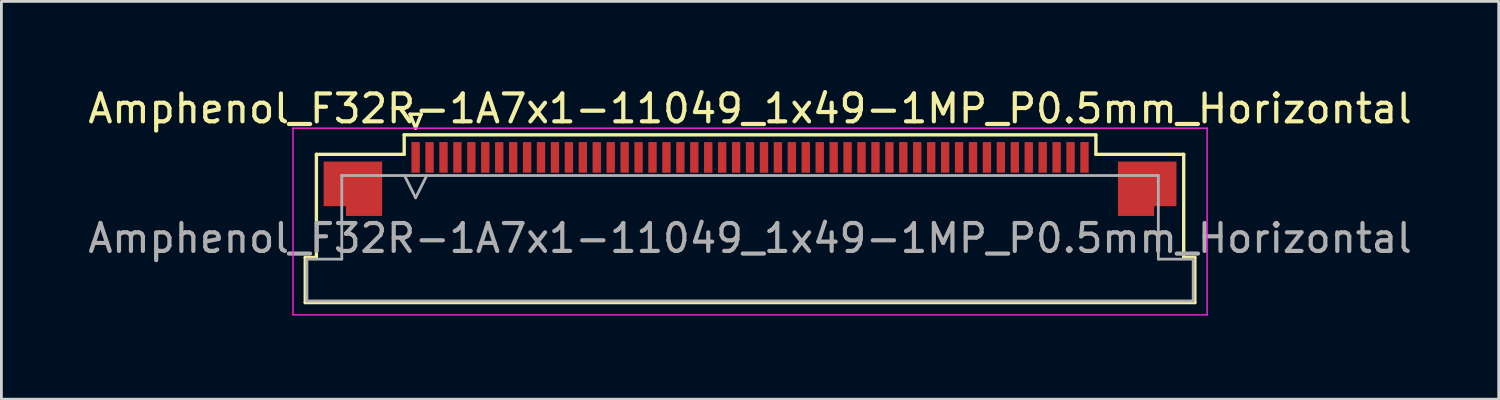
<source format=kicad_pcb>
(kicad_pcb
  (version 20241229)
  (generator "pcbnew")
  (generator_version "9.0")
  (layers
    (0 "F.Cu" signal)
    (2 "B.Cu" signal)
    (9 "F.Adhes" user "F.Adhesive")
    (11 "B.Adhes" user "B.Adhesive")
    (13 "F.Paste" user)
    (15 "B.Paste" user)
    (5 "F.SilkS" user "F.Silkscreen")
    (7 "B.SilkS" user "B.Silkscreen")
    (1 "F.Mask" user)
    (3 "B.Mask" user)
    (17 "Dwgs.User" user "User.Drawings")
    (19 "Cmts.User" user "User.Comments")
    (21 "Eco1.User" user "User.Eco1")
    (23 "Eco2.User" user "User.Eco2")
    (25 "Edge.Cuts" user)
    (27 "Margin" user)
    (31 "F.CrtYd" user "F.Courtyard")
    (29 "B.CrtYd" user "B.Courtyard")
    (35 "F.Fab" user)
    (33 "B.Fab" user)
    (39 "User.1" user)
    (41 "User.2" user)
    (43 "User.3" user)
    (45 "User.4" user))
  (footprint "Amphenol_F32R-1A7x1-11049_1x49-1MP_P0.5mm_Horizontal"
    (layer "F.Cu")
    (at 23.863 5.498)
    (property "Reference" "Amphenol_F32R-1A7x1-11049_1x49-1MP_P0.5mm_Horizontal" (at 0 -4.65 0) (layer "F.SilkS") (effects (font (size 1 1) (thickness 0.15))))
    (attr smd)
    (fp_line (start -15.96 0.69) (end -15.56 0.69) (stroke (width 0.12) (type solid)) (layer "F.SilkS"))
    (fp_line (start -15.96 2.31) (end -15.96 0.69) (stroke (width 0.12) (type solid)) (layer "F.SilkS"))
    (fp_line (start -15.56 -3.01) (end -12.41 -3.01) (stroke (width 0.12) (type solid)) (layer "F.SilkS"))
    (fp_line (start -15.56 0.69) (end -15.56 -3.01) (stroke (width 0.12) (type solid)) (layer "F.SilkS"))
    (fp_line (start -12.41 -3.71) (end 12.41 -3.71) (stroke (width 0.12) (type solid)) (layer "F.SilkS"))
    (fp_line (start -12.41 -3.01) (end -12.41 -3.71) (stroke (width 0.12) (type solid)) (layer "F.SilkS"))
    (fp_line (start -12.2 -4.45) (end -12 -3.95) (stroke (width 0.12) (type solid)) (layer "F.SilkS"))
    (fp_line (start -12 -3.95) (end -11.8 -4.45) (stroke (width 0.12) (type solid)) (layer "F.SilkS"))
    (fp_line (start -11.8 -4.45) (end -12.2 -4.45) (stroke (width 0.12) (type solid)) (layer "F.SilkS"))
    (fp_line (start 12.41 -3.71) (end 12.41 -3.01) (stroke (width 0.12) (type solid)) (layer "F.SilkS"))
    (fp_line (start 12.41 -3.01) (end 15.56 -3.01) (stroke (width 0.12) (type solid)) (layer "F.SilkS"))
    (fp_line (start 15.56 -3.01) (end 15.56 0.69) (stroke (width 0.12) (type solid)) (layer "F.SilkS"))
    (fp_line (start 15.56 0.69) (end 15.96 0.69) (stroke (width 0.12) (type solid)) (layer "F.SilkS"))
    (fp_line (start 15.96 0.69) (end 15.96 2.31) (stroke (width 0.12) (type solid)) (layer "F.SilkS"))
    (fp_line (start 15.96 2.31) (end -15.96 2.31) (stroke (width 0.12) (type solid)) (layer "F.SilkS"))
    (fp_line (start -16.4 -3.95) (end -16.4 2.75) (stroke (width 0.05) (type solid)) (layer "F.CrtYd"))
    (fp_line (start -16.4 2.75) (end 16.4 2.75) (stroke (width 0.05) (type solid)) (layer "F.CrtYd"))
    (fp_line (start 16.4 -3.95) (end -16.4 -3.95) (stroke (width 0.05) (type solid)) (layer "F.CrtYd"))
    (fp_line (start 16.4 2.75) (end 16.4 -3.95) (stroke (width 0.05) (type solid)) (layer "F.CrtYd"))
    (fp_line (start -15.9 0.75) (end -14.65 0.75) (stroke (width 0.1) (type solid)) (layer "F.Fab"))
    (fp_line (start -15.9 2.25) (end -15.9 0.75) (stroke (width 0.1) (type solid)) (layer "F.Fab"))
    (fp_line (start -14.65 -2.25) (end 14.65 -2.25) (stroke (width 0.1) (type solid)) (layer "F.Fab"))
    (fp_line (start -14.65 0.75) (end -14.65 -2.25) (stroke (width 0.1) (type solid)) (layer "F.Fab"))
    (fp_line (start -12.4 -2.25) (end -12 -1.45) (stroke (width 0.1) (type solid)) (layer "F.Fab"))
    (fp_line (start -12 -1.45) (end -11.6 -2.25) (stroke (width 0.1) (type solid)) (layer "F.Fab"))
    (fp_line (start 14.65 -2.25) (end 14.65 0.75) (stroke (width 0.1) (type solid)) (layer "F.Fab"))
    (fp_line (start 14.65 0.75) (end 15.9 0.75) (stroke (width 0.1) (type solid)) (layer "F.Fab"))
    (fp_line (start 15.9 0.75) (end 15.9 2.25) (stroke (width 0.1) (type solid)) (layer "F.Fab"))
    (fp_line (start 15.9 2.25) (end -15.9 2.25) (stroke (width 0.1) (type solid)) (layer "F.Fab"))
    (fp_text user "${REFERENCE}" (at 0 0 0) (layer "F.Fab") (effects (font (size 1 1) (thickness 0.15))))
    (pad "1" smd rect (at -12 -2.9) (size 0.3 1.1) (layers "F.Cu" "F.Mask" "F.Paste"))
    (pad "2" smd rect (at -11.5 -2.9) (size 0.3 1.1) (layers "F.Cu" "F.Mask" "F.Paste"))
    (pad "3" smd rect (at -11 -2.9) (size 0.3 1.1) (layers "F.Cu" "F.Mask" "F.Paste"))
    (pad "4" smd rect (at -10.5 -2.9) (size 0.3 1.1) (layers "F.Cu" "F.Mask" "F.Paste"))
    (pad "5" smd rect (at -10 -2.9) (size 0.3 1.1) (layers "F.Cu" "F.Mask" "F.Paste"))
    (pad "6" smd rect (at -9.5 -2.9) (size 0.3 1.1) (layers "F.Cu" "F.Mask" "F.Paste"))
    (pad "7" smd rect (at -9 -2.9) (size 0.3 1.1) (layers "F.Cu" "F.Mask" "F.Paste"))
    (pad "8" smd rect (at -8.5 -2.9) (size 0.3 1.1) (layers "F.Cu" "F.Mask" "F.Paste"))
    (pad "9" smd rect (at -8 -2.9) (size 0.3 1.1) (layers "F.Cu" "F.Mask" "F.Paste"))
    (pad "10" smd rect (at -7.5 -2.9) (size 0.3 1.1) (layers "F.Cu" "F.Mask" "F.Paste"))
    (pad "11" smd rect (at -7 -2.9) (size 0.3 1.1) (layers "F.Cu" "F.Mask" "F.Paste"))
    (pad "12" smd rect (at -6.5 -2.9) (size 0.3 1.1) (layers "F.Cu" "F.Mask" "F.Paste"))
    (pad "13" smd rect (at -6 -2.9) (size 0.3 1.1) (layers "F.Cu" "F.Mask" "F.Paste"))
    (pad "14" smd rect (at -5.5 -2.9) (size 0.3 1.1) (layers "F.Cu" "F.Mask" "F.Paste"))
    (pad "15" smd rect (at -5 -2.9) (size 0.3 1.1) (layers "F.Cu" "F.Mask" "F.Paste"))
    (pad "16" smd rect (at -4.5 -2.9) (size 0.3 1.1) (layers "F.Cu" "F.Mask" "F.Paste"))
    (pad "17" smd rect (at -4 -2.9) (size 0.3 1.1) (layers "F.Cu" "F.Mask" "F.Paste"))
    (pad "18" smd rect (at -3.5 -2.9) (size 0.3 1.1) (layers "F.Cu" "F.Mask" "F.Paste"))
    (pad "19" smd rect (at -3 -2.9) (size 0.3 1.1) (layers "F.Cu" "F.Mask" "F.Paste"))
    (pad "20" smd rect (at -2.5 -2.9) (size 0.3 1.1) (layers "F.Cu" "F.Mask" "F.Paste"))
    (pad "21" smd rect (at -2 -2.9) (size 0.3 1.1) (layers "F.Cu" "F.Mask" "F.Paste"))
    (pad "22" smd rect (at -1.5 -2.9) (size 0.3 1.1) (layers "F.Cu" "F.Mask" "F.Paste"))
    (pad "23" smd rect (at -1 -2.9) (size 0.3 1.1) (layers "F.Cu" "F.Mask" "F.Paste"))
    (pad "24" smd rect (at -0.5 -2.9) (size 0.3 1.1) (layers "F.Cu" "F.Mask" "F.Paste"))
    (pad "25" smd rect (at 0 -2.9) (size 0.3 1.1) (layers "F.Cu" "F.Mask" "F.Paste"))
    (pad "26" smd rect (at 0.5 -2.9) (size 0.3 1.1) (layers "F.Cu" "F.Mask" "F.Paste"))
    (pad "27" smd rect (at 1 -2.9) (size 0.3 1.1) (layers "F.Cu" "F.Mask" "F.Paste"))
    (pad "28" smd rect (at 1.5 -2.9) (size 0.3 1.1) (layers "F.Cu" "F.Mask" "F.Paste"))
    (pad "29" smd rect (at 2 -2.9) (size 0.3 1.1) (layers "F.Cu" "F.Mask" "F.Paste"))
    (pad "30" smd rect (at 2.5 -2.9) (size 0.3 1.1) (layers "F.Cu" "F.Mask" "F.Paste"))
    (pad "31" smd rect (at 3 -2.9) (size 0.3 1.1) (layers "F.Cu" "F.Mask" "F.Paste"))
    (pad "32" smd rect (at 3.5 -2.9) (size 0.3 1.1) (layers "F.Cu" "F.Mask" "F.Paste"))
    (pad "33" smd rect (at 4 -2.9) (size 0.3 1.1) (layers "F.Cu" "F.Mask" "F.Paste"))
    (pad "34" smd rect (at 4.5 -2.9) (size 0.3 1.1) (layers "F.Cu" "F.Mask" "F.Paste"))
    (pad "35" smd rect (at 5 -2.9) (size 0.3 1.1) (layers "F.Cu" "F.Mask" "F.Paste"))
    (pad "36" smd rect (at 5.5 -2.9) (size 0.3 1.1) (layers "F.Cu" "F.Mask" "F.Paste"))
    (pad "37" smd rect (at 6 -2.9) (size 0.3 1.1) (layers "F.Cu" "F.Mask" "F.Paste"))
    (pad "38" smd rect (at 6.5 -2.9) (size 0.3 1.1) (layers "F.Cu" "F.Mask" "F.Paste"))
    (pad "39" smd rect (at 7 -2.9) (size 0.3 1.1) (layers "F.Cu" "F.Mask" "F.Paste"))
    (pad "40" smd rect (at 7.5 -2.9) (size 0.3 1.1) (layers "F.Cu" "F.Mask" "F.Paste"))
    (pad "41" smd rect (at 8 -2.9) (size 0.3 1.1) (layers "F.Cu" "F.Mask" "F.Paste"))
    (pad "42" smd rect (at 8.5 -2.9) (size 0.3 1.1) (layers "F.Cu" "F.Mask" "F.Paste"))
    (pad "43" smd rect (at 9 -2.9) (size 0.3 1.1) (layers "F.Cu" "F.Mask" "F.Paste"))
    (pad "44" smd rect (at 9.5 -2.9) (size 0.3 1.1) (layers "F.Cu" "F.Mask" "F.Paste"))
    (pad "45" smd rect (at 10 -2.9) (size 0.3 1.1) (layers "F.Cu" "F.Mask" "F.Paste"))
    (pad "46" smd rect (at 10.5 -2.9) (size 0.3 1.1) (layers "F.Cu" "F.Mask" "F.Paste"))
    (pad "47" smd rect (at 11 -2.9) (size 0.3 1.1) (layers "F.Cu" "F.Mask" "F.Paste"))
    (pad "48" smd rect (at 11.5 -2.9) (size 0.3 1.1) (layers "F.Cu" "F.Mask" "F.Paste"))
    (pad "49" smd rect (at 12 -2.9) (size 0.3 1.1) (layers "F.Cu" "F.Mask" "F.Paste"))
    (pad "MP" smd custom (at -14.25 -1.775) (size 1 1) (layers "F.Cu" "F.Mask" "F.Paste") (options (anchor circle)) (primitives (gr_poly (pts (xy 1.05 -0.975) (xy 1.05 0.975) (xy -0.25 0.975) (xy -0.25 0.625) (xy -1.05 0.625) (xy -1.05 -0.975) (xy 1.05 -0.975)) (width 0) (fill yes))))
    (pad "MP" smd custom (at 14.25 -1.775) (size 1 1) (layers "F.Cu" "F.Mask" "F.Paste") (options (anchor circle)) (primitives (gr_poly (pts (xy -1.05 -0.975) (xy -1.05 0.975) (xy 0.25 0.975) (xy 0.25 0.625) (xy 1.05 0.625) (xy 1.05 -0.975) (xy -1.05 -0.975)) (width 0) (fill yes)))))
  (gr_rect
    (start -3 -3)
    (end 50.726 11.273)
    (stroke (width 0.1) (type default))
    (fill no)
    (layer "Edge.Cuts")))
</source>
